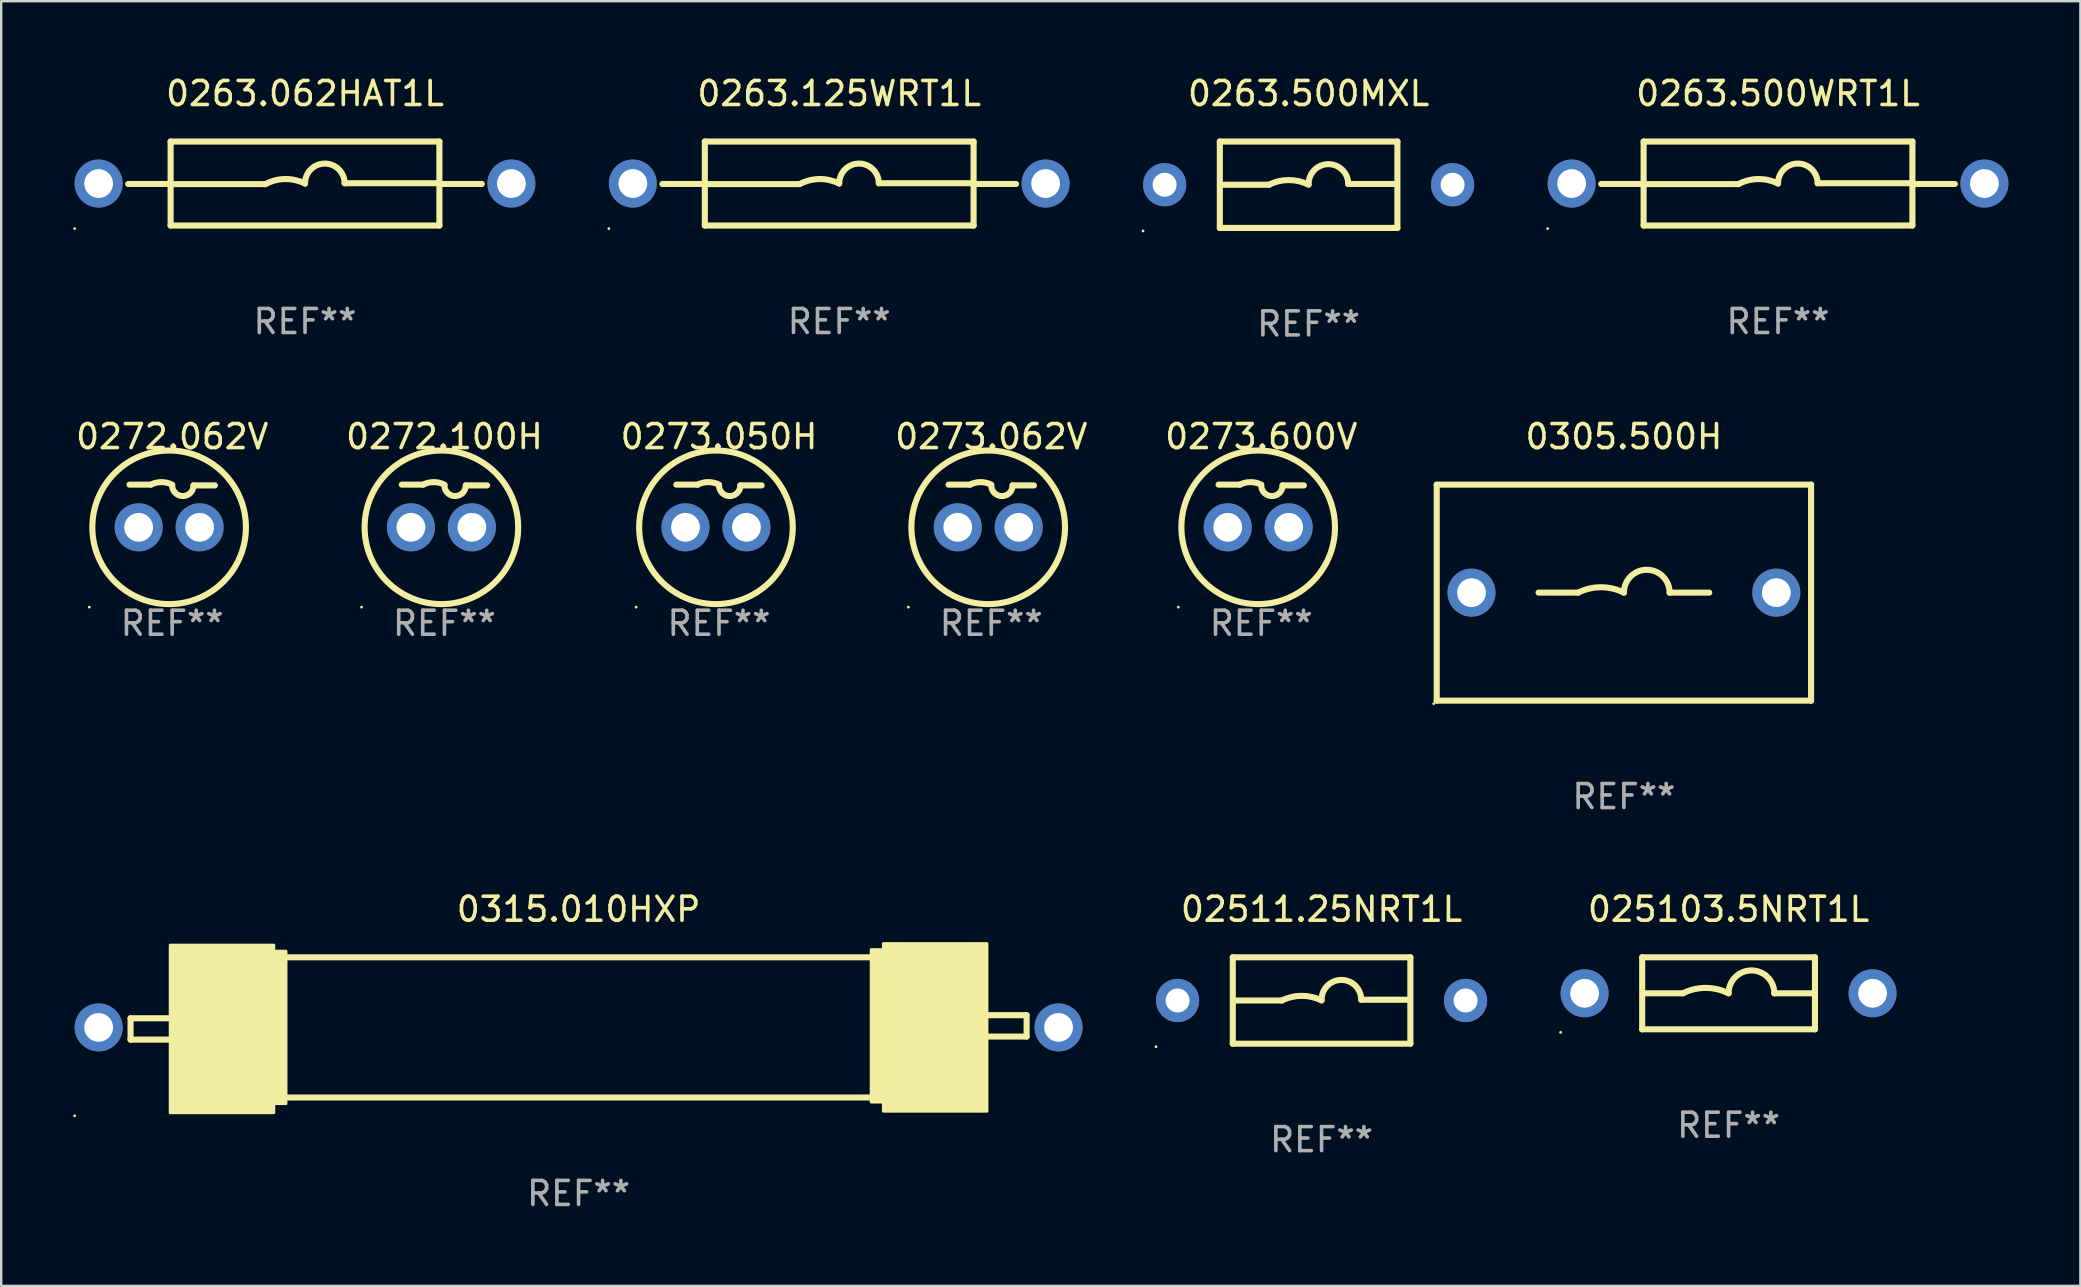
<source format=kicad_pcb>
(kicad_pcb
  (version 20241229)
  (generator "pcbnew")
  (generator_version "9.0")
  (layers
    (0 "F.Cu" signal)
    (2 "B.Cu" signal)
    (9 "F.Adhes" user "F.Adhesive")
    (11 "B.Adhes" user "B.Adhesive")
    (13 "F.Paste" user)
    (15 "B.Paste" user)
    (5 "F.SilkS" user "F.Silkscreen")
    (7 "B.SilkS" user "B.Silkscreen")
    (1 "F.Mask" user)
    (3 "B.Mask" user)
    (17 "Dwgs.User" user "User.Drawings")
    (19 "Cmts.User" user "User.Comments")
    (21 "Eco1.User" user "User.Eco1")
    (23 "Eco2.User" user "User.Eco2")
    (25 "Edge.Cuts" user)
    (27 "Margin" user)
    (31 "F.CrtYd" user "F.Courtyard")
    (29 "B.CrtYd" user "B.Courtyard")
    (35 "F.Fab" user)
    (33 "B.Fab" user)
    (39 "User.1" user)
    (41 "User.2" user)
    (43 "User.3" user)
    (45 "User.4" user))
  (footprint "0305.500H"
    (layer "F.Cu")
    (at 64.618 21.645)
    (property "Reference" "0305.500H" (at 0 -6.5 0) (layer "F.SilkS") (effects (font (size 1 1) (thickness 0.15))))
    (attr through_hole)
    (fp_line (start -7.8 -4.5) (end -7.8 4.5) (stroke (width 0.254) (type solid)) (layer "F.SilkS"))
    (fp_line (start -7.8 -4.5) (end 7.8 -4.5) (stroke (width 0.254) (type solid)) (layer "F.SilkS"))
    (fp_line (start -7.8 4.5) (end 7.8 4.5) (stroke (width 0.254) (type solid)) (layer "F.SilkS"))
    (fp_line (start -3.556 0) (end -1.905 0) (stroke (width 0.254) (type solid)) (layer "F.SilkS"))
    (fp_line (start 3.556 0) (end 1.905 0) (stroke (width 0.254) (type solid)) (layer "F.SilkS"))
    (fp_line (start 7.8 -4.5) (end 7.8 4.5) (stroke (width 0.254) (type solid)) (layer "F.SilkS"))
    (fp_arc (start -1.905004 0) (mid -0.952502 -0.224855) (end 0 0) (stroke (width 0.254001) (type solid)) (layer "F.SilkS"))
    (fp_arc (start 0 0) (mid 0.952502 -0.952502) (end 1.905004 0) (stroke (width 0.254001) (type solid)) (layer "F.SilkS"))
    (fp_circle (center -7.927 4.627) (end -7.897 4.627) (stroke (width 0.06) (type solid)) (fill no) (layer "F.SilkS"))
    (fp_text user "REF**" (at 0 8.5 0) (layer "F.Fab") (effects (font (size 1 1) (thickness 0.15))))
    (pad "1" thru_hole circle (at -6.35 0) (size 2 2) (drill 1.2) (layers "*.Cu" "*.Mask"))
    (pad "2" thru_hole circle (at 6.35 0) (size 2 2) (drill 1.2) (layers "*.Cu" "*.Mask")))
  (footprint "0273.062V"
    (layer "F.Cu")
    (at 38.256 18.034)
    (property "Reference" "0273.062V" (at 0 -2.889 0) (layer "F.SilkS") (effects (font (size 1 1) (thickness 0.15))))
    (attr through_hole)
    (fp_line (start -1.778 -0.889) (end -0.889 -0.889) (stroke (width 0.254) (type solid)) (layer "F.SilkS"))
    (fp_line (start 1.778 -0.857) (end 0.889 -0.857) (stroke (width 0.254) (type solid)) (layer "F.SilkS"))
    (fp_arc (start -0.889002 -0.889002) (mid -0.444501 -0.993934) (end 0 -0.889002) (stroke (width 0.254001) (type solid)) (layer "F.SilkS"))
    (fp_arc (start 0.889002 -0.857252) (mid 0.444501 -0.412751) (end 0 -0.857252) (stroke (width 0.254001) (type solid)) (layer "F.SilkS"))
    (fp_circle (center -3.454 4.216) (end -3.424 4.216) (stroke (width 0.06) (type solid)) (fill no) (layer "F.SilkS"))
    (fp_circle (center -0.127 0.889) (end 3.073 0.889) (stroke (width 0.254) (type solid)) (fill no) (layer "F.SilkS"))
    (fp_text user "REF**" (at 0 4.889 0) (layer "F.Fab") (effects (font (size 1 1) (thickness 0.15))))
    (pad "1" thru_hole circle (at -1.397 0.889) (size 2 2) (drill 1.2) (layers "*.Cu" "*.Mask"))
    (pad "2" thru_hole circle (at 1.143 0.889) (size 2 2) (drill 1.2) (layers "*.Cu" "*.Mask")))
  (footprint "0263.500WRT1L"
    (layer "F.Cu")
    (at 71.04 4.598)
    (property "Reference" "0263.500WRT1L" (at 0 -3.75 0) (layer "F.SilkS") (effects (font (size 1 1) (thickness 0.15))))
    (attr through_hole)
    (fp_line (start -5.6 0.018) (end -7.369 0.018) (stroke (width 0.254) (type solid)) (layer "F.SilkS"))
    (fp_line (start -5.6 0.024) (end -1.651 0.024) (stroke (width 0.254) (type solid)) (layer "F.SilkS"))
    (fp_line (start -5.6 1.75) (end -5.6 -1.75) (stroke (width 0.254) (type solid)) (layer "F.SilkS"))
    (fp_line (start 5.6 -1.75) (end -5.6 -1.75) (stroke (width 0.254) (type solid)) (layer "F.SilkS"))
    (fp_line (start 5.6 -1.75) (end 5.6 1.75) (stroke (width 0.254) (type solid)) (layer "F.SilkS"))
    (fp_line (start 5.6 -0.012) (end 1.651 -0.012) (stroke (width 0.254) (type solid)) (layer "F.SilkS"))
    (fp_line (start 5.6 0.018) (end 7.369 0.018) (stroke (width 0.254) (type solid)) (layer "F.SilkS"))
    (fp_line (start 5.6 1.75) (end -5.6 1.75) (stroke (width 0.254) (type solid)) (layer "F.SilkS"))
    (fp_arc (start -1.651003 0.024359) (mid -0.828434 -0.186556) (end 0 0.000001) (stroke (width 0.254001) (type solid)) (layer "F.SilkS"))
    (fp_arc (start 0.000001 -0.000001) (mid 0.819576 -0.82554) (end 1.651003 -0.011938) (stroke (width 0.254001) (type solid)) (layer "F.SilkS"))
    (fp_circle (center -9.6 1.877) (end -9.57 1.877) (stroke (width 0.06) (type solid)) (fill no) (layer "F.SilkS"))
    (fp_text user "REF**" (at 0 5.75 0) (layer "F.Fab") (effects (font (size 1 1) (thickness 0.15))))
    (pad "1" thru_hole circle (at -8.6 0) (size 2 2) (drill 1.2) (layers "*.Cu" "*.Mask"))
    (pad "2" thru_hole circle (at 8.6 0) (size 2 2) (drill 1.2) (layers "*.Cu" "*.Mask")))
  (footprint "025103.5NRT1L"
    (layer "F.Cu")
    (at 68.98 38.341)
    (property "Reference" "025103.5NRT1L" (at 0 -3.5 0) (layer "F.SilkS") (effects (font (size 1 1) (thickness 0.15))))
    (attr through_hole)
    (fp_line (start -3.6 -1.5) (end -3.6 1.5) (stroke (width 0.254) (type solid)) (layer "F.SilkS"))
    (fp_line (start -3.6 -1.5) (end 3.6 -1.5) (stroke (width 0.254) (type solid)) (layer "F.SilkS"))
    (fp_line (start -3.6 1.5) (end 3.6 1.5) (stroke (width 0.254) (type solid)) (layer "F.SilkS"))
    (fp_line (start -3.556 0) (end -1.905 0) (stroke (width 0.254) (type solid)) (layer "F.SilkS"))
    (fp_line (start 3.556 0) (end 1.905 0) (stroke (width 0.254) (type solid)) (layer "F.SilkS"))
    (fp_line (start 3.6 -1.5) (end 3.6 1.5) (stroke (width 0.254) (type solid)) (layer "F.SilkS"))
    (fp_arc (start -1.905004 0) (mid -0.952502 -0.224855) (end 0 0) (stroke (width 0.254001) (type solid)) (layer "F.SilkS"))
    (fp_arc (start 0 0) (mid 0.952502 -0.952502) (end 1.905004 0) (stroke (width 0.254001) (type solid)) (layer "F.SilkS"))
    (fp_circle (center -7 1.627) (end -6.97 1.627) (stroke (width 0.06) (type solid)) (fill no) (layer "F.SilkS"))
    (fp_text user "REF**" (at 0 5.5 0) (layer "F.Fab") (effects (font (size 1 1) (thickness 0.15))))
    (pad "1" thru_hole circle (at -6 0) (size 2 2) (drill 1.2) (layers "*.Cu" "*.Mask"))
    (pad "2" thru_hole circle (at 6 0) (size 2 2) (drill 1.2) (layers "*.Cu" "*.Mask")))
  (footprint "0263.125WRT1L"
    (layer "F.Cu")
    (at 31.92 4.598)
    (property "Reference" "0263.125WRT1L" (at 0 -3.75 0) (layer "F.SilkS") (effects (font (size 1 1) (thickness 0.15))))
    (attr through_hole)
    (fp_line (start -5.6 0.018) (end -7.369 0.018) (stroke (width 0.254) (type solid)) (layer "F.SilkS"))
    (fp_line (start -5.6 0.024) (end -1.651 0.024) (stroke (width 0.254) (type solid)) (layer "F.SilkS"))
    (fp_line (start -5.6 1.75) (end -5.6 -1.75) (stroke (width 0.254) (type solid)) (layer "F.SilkS"))
    (fp_line (start 5.6 -1.75) (end -5.6 -1.75) (stroke (width 0.254) (type solid)) (layer "F.SilkS"))
    (fp_line (start 5.6 -1.75) (end 5.6 1.75) (stroke (width 0.254) (type solid)) (layer "F.SilkS"))
    (fp_line (start 5.6 -0.012) (end 1.651 -0.012) (stroke (width 0.254) (type solid)) (layer "F.SilkS"))
    (fp_line (start 5.6 0.018) (end 7.369 0.018) (stroke (width 0.254) (type solid)) (layer "F.SilkS"))
    (fp_line (start 5.6 1.75) (end -5.6 1.75) (stroke (width 0.254) (type solid)) (layer "F.SilkS"))
    (fp_arc (start -1.651003 0.024359) (mid -0.828434 -0.186556) (end 0 0.000001) (stroke (width 0.254001) (type solid)) (layer "F.SilkS"))
    (fp_arc (start 0.000001 -0.000001) (mid 0.819576 -0.82554) (end 1.651003 -0.011938) (stroke (width 0.254001) (type solid)) (layer "F.SilkS"))
    (fp_circle (center -9.6 1.877) (end -9.57 1.877) (stroke (width 0.06) (type solid)) (fill no) (layer "F.SilkS"))
    (fp_text user "REF**" (at 0 5.75 0) (layer "F.Fab") (effects (font (size 1 1) (thickness 0.15))))
    (pad "1" thru_hole circle (at -8.6 0) (size 2 2) (drill 1.2) (layers "*.Cu" "*.Mask"))
    (pad "2" thru_hole circle (at 8.6 0) (size 2 2) (drill 1.2) (layers "*.Cu" "*.Mask")))
  (footprint "0263.062HAT1L"
    (layer "F.Cu")
    (at 9.66 4.598)
    (property "Reference" "0263.062HAT1L" (at 0 -3.75 0) (layer "F.SilkS") (effects (font (size 1 1) (thickness 0.15))))
    (attr through_hole)
    (fp_line (start -5.6 0.018) (end -7.369 0.018) (stroke (width 0.254) (type solid)) (layer "F.SilkS"))
    (fp_line (start -5.6 0.024) (end -1.651 0.024) (stroke (width 0.254) (type solid)) (layer "F.SilkS"))
    (fp_line (start -5.6 1.75) (end -5.6 -1.75) (stroke (width 0.254) (type solid)) (layer "F.SilkS"))
    (fp_line (start 5.6 -1.75) (end -5.6 -1.75) (stroke (width 0.254) (type solid)) (layer "F.SilkS"))
    (fp_line (start 5.6 -1.75) (end 5.6 1.75) (stroke (width 0.254) (type solid)) (layer "F.SilkS"))
    (fp_line (start 5.6 -0.012) (end 1.651 -0.012) (stroke (width 0.254) (type solid)) (layer "F.SilkS"))
    (fp_line (start 5.6 0.018) (end 7.369 0.018) (stroke (width 0.254) (type solid)) (layer "F.SilkS"))
    (fp_line (start 5.6 1.75) (end -5.6 1.75) (stroke (width 0.254) (type solid)) (layer "F.SilkS"))
    (fp_arc (start -1.651003 0.024359) (mid -0.828434 -0.186556) (end 0 0.000001) (stroke (width 0.254001) (type solid)) (layer "F.SilkS"))
    (fp_arc (start 0.000001 -0.000001) (mid 0.819576 -0.82554) (end 1.651003 -0.011938) (stroke (width 0.254001) (type solid)) (layer "F.SilkS"))
    (fp_circle (center -9.6 1.877) (end -9.57 1.877) (stroke (width 0.06) (type solid)) (fill no) (layer "F.SilkS"))
    (fp_text user "REF**" (at 0 5.75 0) (layer "F.Fab") (effects (font (size 1 1) (thickness 0.15))))
    (pad "1" thru_hole circle (at -8.6 0) (size 2 2) (drill 1.2) (layers "*.Cu" "*.Mask"))
    (pad "2" thru_hole circle (at 8.6 0) (size 2 2) (drill 1.2) (layers "*.Cu" "*.Mask")))
  (footprint "0273.050H"
    (layer "F.Cu")
    (at 26.911 18.034)
    (property "Reference" "0273.050H" (at 0 -2.889 0) (layer "F.SilkS") (effects (font (size 1 1) (thickness 0.15))))
    (attr through_hole)
    (fp_line (start -1.778 -0.889) (end -0.889 -0.889) (stroke (width 0.254) (type solid)) (layer "F.SilkS"))
    (fp_line (start 1.778 -0.857) (end 0.889 -0.857) (stroke (width 0.254) (type solid)) (layer "F.SilkS"))
    (fp_arc (start -0.889002 -0.889002) (mid -0.444501 -0.993934) (end 0 -0.889002) (stroke (width 0.254001) (type solid)) (layer "F.SilkS"))
    (fp_arc (start 0.889002 -0.857252) (mid 0.444501 -0.412751) (end 0 -0.857252) (stroke (width 0.254001) (type solid)) (layer "F.SilkS"))
    (fp_circle (center -3.454 4.216) (end -3.424 4.216) (stroke (width 0.06) (type solid)) (fill no) (layer "F.SilkS"))
    (fp_circle (center -0.127 0.889) (end 3.073 0.889) (stroke (width 0.254) (type solid)) (fill no) (layer "F.SilkS"))
    (fp_text user "REF**" (at 0 4.889 0) (layer "F.Fab") (effects (font (size 1 1) (thickness 0.15))))
    (pad "1" thru_hole circle (at -1.397 0.889) (size 2 2) (drill 1.2) (layers "*.Cu" "*.Mask"))
    (pad "2" thru_hole circle (at 1.143 0.889) (size 2 2) (drill 1.2) (layers "*.Cu" "*.Mask")))
  (footprint "0273.600V"
    (layer "F.Cu")
    (at 49.506 18.034)
    (property "Reference" "0273.600V" (at 0 -2.889 0) (layer "F.SilkS") (effects (font (size 1 1) (thickness 0.15))))
    (attr through_hole)
    (fp_line (start -1.778 -0.889) (end -0.889 -0.889) (stroke (width 0.254) (type solid)) (layer "F.SilkS"))
    (fp_line (start 1.778 -0.857) (end 0.889 -0.857) (stroke (width 0.254) (type solid)) (layer "F.SilkS"))
    (fp_arc (start -0.889002 -0.889002) (mid -0.444501 -0.993934) (end 0 -0.889002) (stroke (width 0.254001) (type solid)) (layer "F.SilkS"))
    (fp_arc (start 0.889002 -0.857252) (mid 0.444501 -0.412751) (end 0 -0.857252) (stroke (width 0.254001) (type solid)) (layer "F.SilkS"))
    (fp_circle (center -3.454 4.216) (end -3.424 4.216) (stroke (width 0.06) (type solid)) (fill no) (layer "F.SilkS"))
    (fp_circle (center -0.127 0.889) (end 3.073 0.889) (stroke (width 0.254) (type solid)) (fill no) (layer "F.SilkS"))
    (fp_text user "REF**" (at 0 4.889 0) (layer "F.Fab") (effects (font (size 1 1) (thickness 0.15))))
    (pad "1" thru_hole circle (at -1.397 0.889) (size 2 2) (drill 1.2) (layers "*.Cu" "*.Mask"))
    (pad "2" thru_hole circle (at 1.143 0.889) (size 2 2) (drill 1.2) (layers "*.Cu" "*.Mask")))
  (footprint "0272.100H"
    (layer "F.Cu")
    (at 15.47 18.034)
    (property "Reference" "0272.100H" (at 0 -2.889 0) (layer "F.SilkS") (effects (font (size 1 1) (thickness 0.15))))
    (attr through_hole)
    (fp_line (start -1.778 -0.889) (end -0.889 -0.889) (stroke (width 0.254) (type solid)) (layer "F.SilkS"))
    (fp_line (start 1.778 -0.857) (end 0.889 -0.857) (stroke (width 0.254) (type solid)) (layer "F.SilkS"))
    (fp_arc (start -0.889002 -0.889002) (mid -0.444501 -0.993934) (end 0 -0.889002) (stroke (width 0.254001) (type solid)) (layer "F.SilkS"))
    (fp_arc (start 0.889002 -0.857252) (mid 0.444501 -0.412751) (end 0 -0.857252) (stroke (width 0.254001) (type solid)) (layer "F.SilkS"))
    (fp_circle (center -3.454 4.216) (end -3.424 4.216) (stroke (width 0.06) (type solid)) (fill no) (layer "F.SilkS"))
    (fp_circle (center -0.127 0.889) (end 3.073 0.889) (stroke (width 0.254) (type solid)) (fill no) (layer "F.SilkS"))
    (fp_text user "REF**" (at 0 4.889 0) (layer "F.Fab") (effects (font (size 1 1) (thickness 0.15))))
    (pad "1" thru_hole circle (at -1.397 0.889) (size 2 2) (drill 1.2) (layers "*.Cu" "*.Mask"))
    (pad "2" thru_hole circle (at 1.143 0.889) (size 2 2) (drill 1.2) (layers "*.Cu" "*.Mask")))
  (footprint "0315.010HXP"
    (layer "F.Cu")
    (at 21.06 39.762)
    (property "Reference" "0315.010HXP" (at 0 -4.921 0) (layer "F.SilkS") (effects (font (size 1 1) (thickness 0.15))))
    (attr through_hole)
    (fp_line (start -18.669 -0.381) (end -17.018 -0.381) (stroke (width 0.254) (type solid)) (layer "F.SilkS"))
    (fp_line (start -18.669 0.508) (end -18.669 -0.381) (stroke (width 0.254) (type solid)) (layer "F.SilkS"))
    (fp_line (start -17.018 0.508) (end -18.669 0.508) (stroke (width 0.254) (type solid)) (layer "F.SilkS"))
    (fp_line (start -12.192 -2.921) (end 12.192 -2.921) (stroke (width 0.254) (type solid)) (layer "F.SilkS"))
    (fp_line (start -12.192 2.921) (end 12.192 2.921) (stroke (width 0.254) (type solid)) (layer "F.SilkS"))
    (fp_line (start 17.018 -0.508) (end 18.669 -0.508) (stroke (width 0.254) (type solid)) (layer "F.SilkS"))
    (fp_line (start 18.669 -0.508) (end 18.669 0.381) (stroke (width 0.254) (type solid)) (layer "F.SilkS"))
    (fp_line (start 18.669 0.381) (end 17.018 0.381) (stroke (width 0.254) (type solid)) (layer "F.SilkS"))
    (fp_circle (center -21 3.683) (end -20.97 3.683) (stroke (width 0.06) (type solid)) (fill no) (layer "F.SilkS"))
    (fp_poly (pts (xy -17.018 -3.429) (xy -12.7 -3.429) (xy -12.7 3.556) (xy -17.018 3.556)) (stroke (width 0.12) (type solid)) (fill yes) (layer "F.SilkS"))
    (fp_poly (pts (xy -12.7 -3.175) (xy -12.192 -3.175) (xy -12.192 3.175) (xy -12.7 3.175)) (stroke (width 0.12) (type solid)) (fill yes) (layer "F.SilkS"))
    (fp_poly (pts (xy 12.192 -3.239) (xy 12.7 -3.239) (xy 12.7 3.112) (xy 12.192 3.112)) (stroke (width 0.12) (type solid)) (fill yes) (layer "F.SilkS"))
    (fp_poly (pts (xy 12.7 -3.493) (xy 17.018 -3.493) (xy 17.018 3.493) (xy 12.7 3.493)) (stroke (width 0.12) (type solid)) (fill yes) (layer "F.SilkS"))
    (fp_text user "REF**" (at 0 6.921 0) (layer "F.Fab") (effects (font (size 1 1) (thickness 0.15))))
    (pad "1" thru_hole circle (at -20 0) (size 2 2) (drill 1.2) (layers "*.Cu" "*.Mask"))
    (pad "2" thru_hole circle (at 20 0) (size 2 2) (drill 1.2) (layers "*.Cu" "*.Mask")))
  (footprint "0263.500MXL"
    (layer "F.Cu")
    (at 51.48 4.648)
    (property "Reference" "0263.500MXL" (at 0 -3.8 0) (layer "F.SilkS") (effects (font (size 1 1) (thickness 0.15))))
    (attr through_hole)
    (fp_line (start -3.7 -1.8) (end -3.7 1.8) (stroke (width 0.254) (type solid)) (layer "F.SilkS"))
    (fp_line (start -3.7 -1.8) (end 3.7 -1.8) (stroke (width 0.254) (type solid)) (layer "F.SilkS"))
    (fp_line (start -3.7 1.8) (end 3.7 1.8) (stroke (width 0.254) (type solid)) (layer "F.SilkS"))
    (fp_line (start -3.556 0) (end -1.651 0) (stroke (width 0.254) (type solid)) (layer "F.SilkS"))
    (fp_line (start 3.556 -0.032) (end 1.651 -0.032) (stroke (width 0.254) (type solid)) (layer "F.SilkS"))
    (fp_line (start 3.7 -1.8) (end 3.7 1.8) (stroke (width 0.254) (type solid)) (layer "F.SilkS"))
    (fp_arc (start -1.651003 0) (mid -0.825502 -0.194874) (end 0 0) (stroke (width 0.254001) (type solid)) (layer "F.SilkS"))
    (fp_arc (start 0.000025 -0.031699) (mid 0.825527 -0.857201) (end 1.651029 -0.031699) (stroke (width 0.254001) (type solid)) (layer "F.SilkS"))
    (fp_circle (center -6.9 1.927) (end -6.87 1.927) (stroke (width 0.06) (type solid)) (fill no) (layer "F.SilkS"))
    (fp_text user "REF**" (at 0 5.8 0) (layer "F.Fab") (effects (font (size 1 1) (thickness 0.15))))
    (pad "1" thru_hole circle (at -6 0) (size 1.8 1.8) (drill 1) (layers "*.Cu" "*.Mask"))
    (pad "2" thru_hole circle (at 6 0) (size 1.8 1.8) (drill 1) (layers "*.Cu" "*.Mask")))
  (footprint "02511.25NRT1L"
    (layer "F.Cu")
    (at 52.02 38.641)
    (property "Reference" "02511.25NRT1L" (at 0 -3.8 0) (layer "F.SilkS") (effects (font (size 1 1) (thickness 0.15))))
    (attr through_hole)
    (fp_line (start -3.7 -1.8) (end -3.7 1.8) (stroke (width 0.254) (type solid)) (layer "F.SilkS"))
    (fp_line (start -3.7 -1.8) (end 3.7 -1.8) (stroke (width 0.254) (type solid)) (layer "F.SilkS"))
    (fp_line (start -3.7 1.8) (end 3.7 1.8) (stroke (width 0.254) (type solid)) (layer "F.SilkS"))
    (fp_line (start -3.556 0) (end -1.651 0) (stroke (width 0.254) (type solid)) (layer "F.SilkS"))
    (fp_line (start 3.556 -0.032) (end 1.651 -0.032) (stroke (width 0.254) (type solid)) (layer "F.SilkS"))
    (fp_line (start 3.7 -1.8) (end 3.7 1.8) (stroke (width 0.254) (type solid)) (layer "F.SilkS"))
    (fp_arc (start -1.651003 0) (mid -0.825502 -0.194874) (end 0 0) (stroke (width 0.254001) (type solid)) (layer "F.SilkS"))
    (fp_arc (start 0.000025 -0.031699) (mid 0.825527 -0.857201) (end 1.651029 -0.031699) (stroke (width 0.254001) (type solid)) (layer "F.SilkS"))
    (fp_circle (center -6.9 1.927) (end -6.87 1.927) (stroke (width 0.06) (type solid)) (fill no) (layer "F.SilkS"))
    (fp_text user "REF**" (at 0 5.8 0) (layer "F.Fab") (effects (font (size 1 1) (thickness 0.15))))
    (pad "1" thru_hole circle (at -6 0) (size 1.8 1.8) (drill 1) (layers "*.Cu" "*.Mask"))
    (pad "2" thru_hole circle (at 6 0) (size 1.8 1.8) (drill 1) (layers "*.Cu" "*.Mask")))
  (footprint "0272.062V"
    (layer "F.Cu")
    (at 4.125 18.034)
    (property "Reference" "0272.062V" (at 0 -2.889 0) (layer "F.SilkS") (effects (font (size 1 1) (thickness 0.15))))
    (attr through_hole)
    (fp_line (start -1.778 -0.889) (end -0.889 -0.889) (stroke (width 0.254) (type solid)) (layer "F.SilkS"))
    (fp_line (start 1.778 -0.857) (end 0.889 -0.857) (stroke (width 0.254) (type solid)) (layer "F.SilkS"))
    (fp_arc (start -0.889002 -0.889002) (mid -0.444501 -0.993934) (end 0 -0.889002) (stroke (width 0.254001) (type solid)) (layer "F.SilkS"))
    (fp_arc (start 0.889002 -0.857252) (mid 0.444501 -0.412751) (end 0 -0.857252) (stroke (width 0.254001) (type solid)) (layer "F.SilkS"))
    (fp_circle (center -3.454 4.216) (end -3.424 4.216) (stroke (width 0.06) (type solid)) (fill no) (layer "F.SilkS"))
    (fp_circle (center -0.127 0.889) (end 3.073 0.889) (stroke (width 0.254) (type solid)) (fill no) (layer "F.SilkS"))
    (fp_text user "REF**" (at 0 4.889 0) (layer "F.Fab") (effects (font (size 1 1) (thickness 0.15))))
    (pad "1" thru_hole circle (at -1.397 0.889) (size 2 2) (drill 1.2) (layers "*.Cu" "*.Mask"))
    (pad "2" thru_hole circle (at 1.143 0.889) (size 2 2) (drill 1.2) (layers "*.Cu" "*.Mask")))
  (gr_rect
    (start -3 -3)
    (end 83.64 50.532)
    (stroke (width 0.1) (type default))
    (fill no)
    (layer "Edge.Cuts")))
</source>
